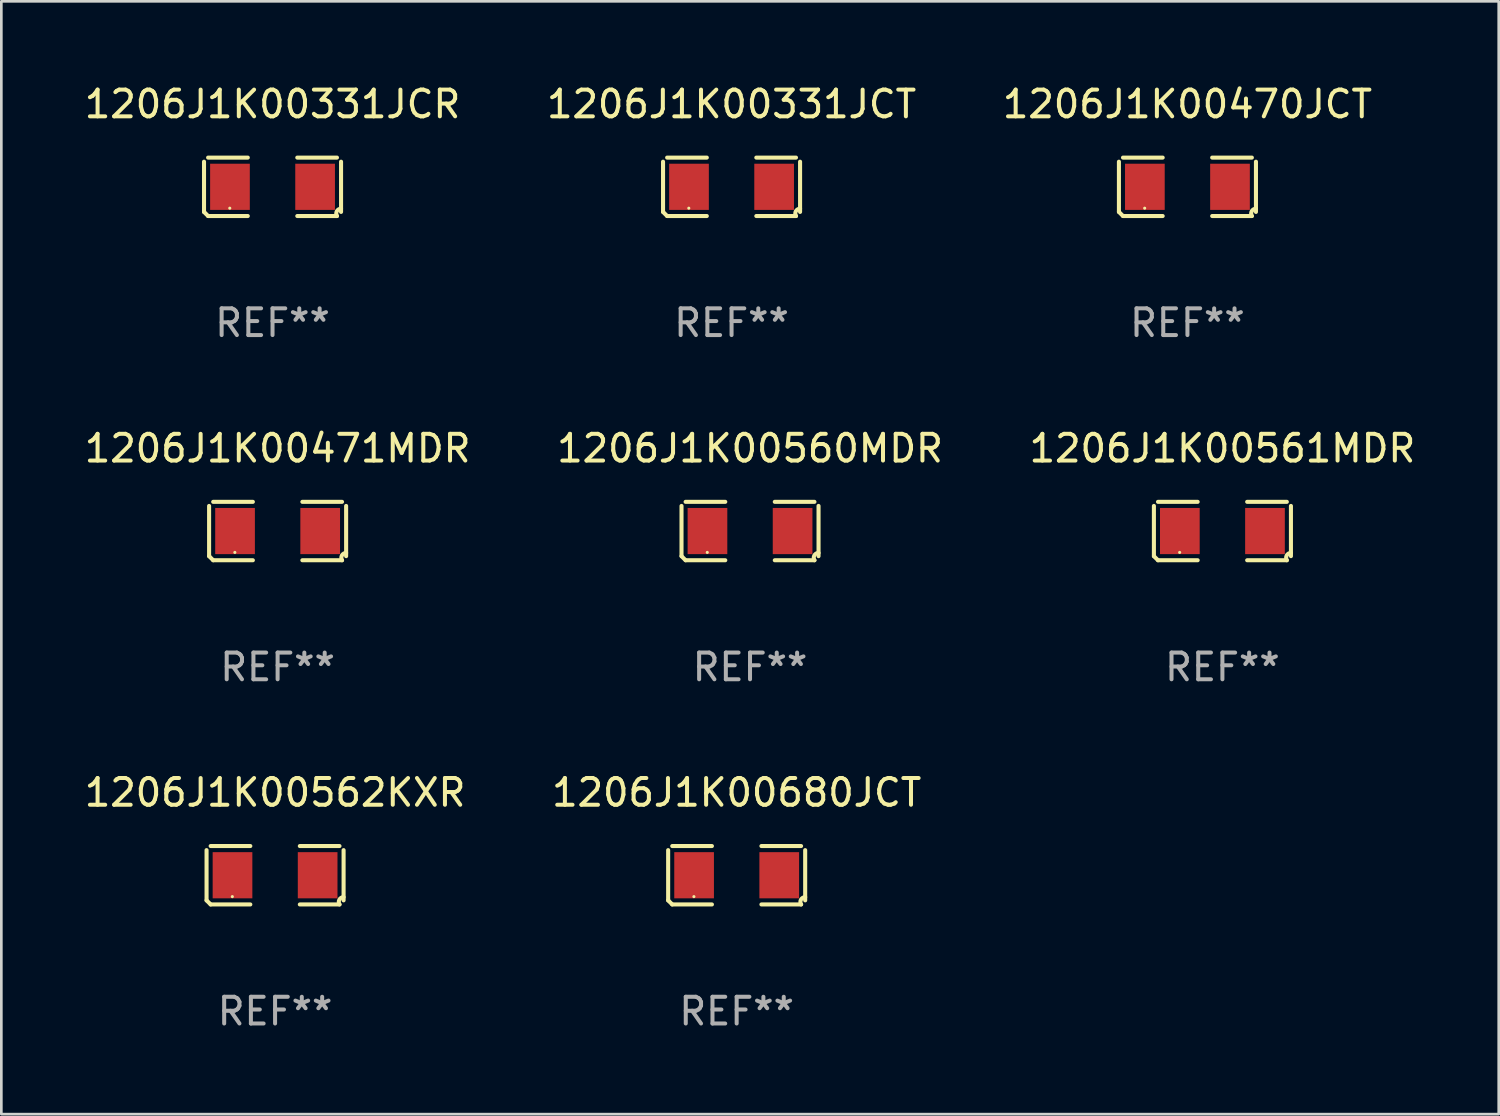
<source format=kicad_pcb>
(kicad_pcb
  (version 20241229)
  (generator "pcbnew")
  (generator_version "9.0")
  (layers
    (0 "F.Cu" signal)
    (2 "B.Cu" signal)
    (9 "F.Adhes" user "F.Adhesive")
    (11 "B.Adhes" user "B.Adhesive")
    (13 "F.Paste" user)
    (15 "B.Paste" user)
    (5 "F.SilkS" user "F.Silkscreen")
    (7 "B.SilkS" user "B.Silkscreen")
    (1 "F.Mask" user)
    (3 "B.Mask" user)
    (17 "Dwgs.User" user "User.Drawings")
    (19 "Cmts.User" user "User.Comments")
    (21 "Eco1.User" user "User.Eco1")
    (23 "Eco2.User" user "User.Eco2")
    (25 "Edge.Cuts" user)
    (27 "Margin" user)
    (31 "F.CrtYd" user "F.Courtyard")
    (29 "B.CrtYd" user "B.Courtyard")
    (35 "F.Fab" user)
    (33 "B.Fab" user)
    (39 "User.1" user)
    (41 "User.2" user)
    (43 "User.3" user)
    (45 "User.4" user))
  (footprint "1206J1K00680JCT"
    (layer "F.Cu")
    (at 24.518 29.704)
    (property "Reference" "1206J1K00680JCT" (at 0 -3.093 0) (layer "F.SilkS") (effects (font (size 1 1) (thickness 0.15))))
    (attr through_hole)
    (fp_line (start -2.564 0.94) (end -2.564 -0.94) (stroke (width 0.152) (type solid)) (layer "F.SilkS"))
    (fp_line (start -2.411 -1.093) (end -0.926 -1.093) (stroke (width 0.152) (type solid)) (layer "F.SilkS"))
    (fp_line (start -0.926 1.093) (end -2.411 1.093) (stroke (width 0.152) (type solid)) (layer "F.SilkS"))
    (fp_line (start 0.926 1.093) (end 2.411 1.093) (stroke (width 0.152) (type solid)) (layer "F.SilkS"))
    (fp_line (start 2.411 -1.093) (end 0.926 -1.093) (stroke (width 0.152) (type solid)) (layer "F.SilkS"))
    (fp_line (start 2.564 0.94) (end 2.564 -0.94) (stroke (width 0.152) (type solid)) (layer "F.SilkS"))
    (fp_arc (start -2.411201 1.092609) (mid -2.487413 1.01642) (end -2.563602 0.940208) (stroke (width 0.1524) (type solid)) (layer "F.SilkS"))
    (fp_arc (start 2.411201 1.092609) (mid 2.407159 0.911226) (end 2.563602 0.819347) (stroke (width 0.1524) (type solid)) (layer "F.SilkS"))
    (fp_circle (center -1.6 0.8) (end -1.57 0.8) (stroke (width 0.06) (type solid)) (fill no) (layer "F.SilkS"))
    (fp_text user "REF**" (at 0 5.093 0) (layer "F.Fab") (effects (font (size 1 1) (thickness 0.15))))
    (pad "1" smd rect (at -1.593 0) (size 1.485 1.728) (layers "F.Cu" "F.Mask" "F.Paste"))
    (pad "2" smd rect (at 1.593 0) (size 1.485 1.728) (layers "F.Cu" "F.Mask" "F.Paste")))
  (footprint "1206J1K00331JCR"
    (layer "F.Cu")
    (at 7.149 3.941)
    (property "Reference" "1206J1K00331JCR" (at 0 -3.093 0) (layer "F.SilkS") (effects (font (size 1 1) (thickness 0.15))))
    (attr through_hole)
    (fp_line (start -2.564 0.94) (end -2.564 -0.94) (stroke (width 0.152) (type solid)) (layer "F.SilkS"))
    (fp_line (start -2.411 -1.093) (end -0.926 -1.093) (stroke (width 0.152) (type solid)) (layer "F.SilkS"))
    (fp_line (start -0.926 1.093) (end -2.411 1.093) (stroke (width 0.152) (type solid)) (layer "F.SilkS"))
    (fp_line (start 0.926 1.093) (end 2.411 1.093) (stroke (width 0.152) (type solid)) (layer "F.SilkS"))
    (fp_line (start 2.411 -1.093) (end 0.926 -1.093) (stroke (width 0.152) (type solid)) (layer "F.SilkS"))
    (fp_line (start 2.564 0.94) (end 2.564 -0.94) (stroke (width 0.152) (type solid)) (layer "F.SilkS"))
    (fp_arc (start -2.411201 1.092609) (mid -2.487413 1.01642) (end -2.563602 0.940208) (stroke (width 0.1524) (type solid)) (layer "F.SilkS"))
    (fp_arc (start 2.411201 1.092609) (mid 2.407159 0.911226) (end 2.563602 0.819347) (stroke (width 0.1524) (type solid)) (layer "F.SilkS"))
    (fp_circle (center -1.6 0.8) (end -1.57 0.8) (stroke (width 0.06) (type solid)) (fill no) (layer "F.SilkS"))
    (fp_text user "REF**" (at 0 5.093 0) (layer "F.Fab") (effects (font (size 1 1) (thickness 0.15))))
    (pad "1" smd rect (at -1.593 0) (size 1.485 1.728) (layers "F.Cu" "F.Mask" "F.Paste"))
    (pad "2" smd rect (at 1.593 0) (size 1.485 1.728) (layers "F.Cu" "F.Mask" "F.Paste")))
  (footprint "1206J1K00471MDR"
    (layer "F.Cu")
    (at 7.339 16.823)
    (property "Reference" "1206J1K00471MDR" (at 0 -3.093 0) (layer "F.SilkS") (effects (font (size 1 1) (thickness 0.15))))
    (attr through_hole)
    (fp_line (start -2.564 0.94) (end -2.564 -0.94) (stroke (width 0.152) (type solid)) (layer "F.SilkS"))
    (fp_line (start -2.411 -1.093) (end -0.926 -1.093) (stroke (width 0.152) (type solid)) (layer "F.SilkS"))
    (fp_line (start -0.926 1.093) (end -2.411 1.093) (stroke (width 0.152) (type solid)) (layer "F.SilkS"))
    (fp_line (start 0.926 1.093) (end 2.411 1.093) (stroke (width 0.152) (type solid)) (layer "F.SilkS"))
    (fp_line (start 2.411 -1.093) (end 0.926 -1.093) (stroke (width 0.152) (type solid)) (layer "F.SilkS"))
    (fp_line (start 2.564 0.94) (end 2.564 -0.94) (stroke (width 0.152) (type solid)) (layer "F.SilkS"))
    (fp_arc (start -2.411201 1.092609) (mid -2.487413 1.01642) (end -2.563602 0.940208) (stroke (width 0.1524) (type solid)) (layer "F.SilkS"))
    (fp_arc (start 2.411201 1.092609) (mid 2.407159 0.911226) (end 2.563602 0.819347) (stroke (width 0.1524) (type solid)) (layer "F.SilkS"))
    (fp_circle (center -1.6 0.8) (end -1.57 0.8) (stroke (width 0.06) (type solid)) (fill no) (layer "F.SilkS"))
    (fp_text user "REF**" (at 0 5.093 0) (layer "F.Fab") (effects (font (size 1 1) (thickness 0.15))))
    (pad "1" smd rect (at -1.593 0) (size 1.485 1.728) (layers "F.Cu" "F.Mask" "F.Paste"))
    (pad "2" smd rect (at 1.593 0) (size 1.485 1.728) (layers "F.Cu" "F.Mask" "F.Paste")))
  (footprint "1206J1K00560MDR"
    (layer "F.Cu")
    (at 25.018 16.823)
    (property "Reference" "1206J1K00560MDR" (at 0 -3.093 0) (layer "F.SilkS") (effects (font (size 1 1) (thickness 0.15))))
    (attr through_hole)
    (fp_line (start -2.564 0.94) (end -2.564 -0.94) (stroke (width 0.152) (type solid)) (layer "F.SilkS"))
    (fp_line (start -2.411 -1.093) (end -0.926 -1.093) (stroke (width 0.152) (type solid)) (layer "F.SilkS"))
    (fp_line (start -0.926 1.093) (end -2.411 1.093) (stroke (width 0.152) (type solid)) (layer "F.SilkS"))
    (fp_line (start 0.926 1.093) (end 2.411 1.093) (stroke (width 0.152) (type solid)) (layer "F.SilkS"))
    (fp_line (start 2.411 -1.093) (end 0.926 -1.093) (stroke (width 0.152) (type solid)) (layer "F.SilkS"))
    (fp_line (start 2.564 0.94) (end 2.564 -0.94) (stroke (width 0.152) (type solid)) (layer "F.SilkS"))
    (fp_arc (start -2.411201 1.092609) (mid -2.487413 1.01642) (end -2.563602 0.940208) (stroke (width 0.1524) (type solid)) (layer "F.SilkS"))
    (fp_arc (start 2.411201 1.092609) (mid 2.407159 0.911226) (end 2.563602 0.819347) (stroke (width 0.1524) (type solid)) (layer "F.SilkS"))
    (fp_circle (center -1.6 0.8) (end -1.57 0.8) (stroke (width 0.06) (type solid)) (fill no) (layer "F.SilkS"))
    (fp_text user "REF**" (at 0 5.093 0) (layer "F.Fab") (effects (font (size 1 1) (thickness 0.15))))
    (pad "1" smd rect (at -1.593 0) (size 1.485 1.728) (layers "F.Cu" "F.Mask" "F.Paste"))
    (pad "2" smd rect (at 1.593 0) (size 1.485 1.728) (layers "F.Cu" "F.Mask" "F.Paste")))
  (footprint "1206J1K00562KXR"
    (layer "F.Cu")
    (at 7.244 29.704)
    (property "Reference" "1206J1K00562KXR" (at 0 -3.093 0) (layer "F.SilkS") (effects (font (size 1 1) (thickness 0.15))))
    (attr through_hole)
    (fp_line (start -2.564 0.94) (end -2.564 -0.94) (stroke (width 0.152) (type solid)) (layer "F.SilkS"))
    (fp_line (start -2.411 -1.093) (end -0.926 -1.093) (stroke (width 0.152) (type solid)) (layer "F.SilkS"))
    (fp_line (start -0.926 1.093) (end -2.411 1.093) (stroke (width 0.152) (type solid)) (layer "F.SilkS"))
    (fp_line (start 0.926 1.093) (end 2.411 1.093) (stroke (width 0.152) (type solid)) (layer "F.SilkS"))
    (fp_line (start 2.411 -1.093) (end 0.926 -1.093) (stroke (width 0.152) (type solid)) (layer "F.SilkS"))
    (fp_line (start 2.564 0.94) (end 2.564 -0.94) (stroke (width 0.152) (type solid)) (layer "F.SilkS"))
    (fp_arc (start -2.411201 1.092609) (mid -2.487413 1.01642) (end -2.563602 0.940208) (stroke (width 0.1524) (type solid)) (layer "F.SilkS"))
    (fp_arc (start 2.411201 1.092609) (mid 2.407159 0.911226) (end 2.563602 0.819347) (stroke (width 0.1524) (type solid)) (layer "F.SilkS"))
    (fp_circle (center -1.6 0.8) (end -1.57 0.8) (stroke (width 0.06) (type solid)) (fill no) (layer "F.SilkS"))
    (fp_text user "REF**" (at 0 5.093 0) (layer "F.Fab") (effects (font (size 1 1) (thickness 0.15))))
    (pad "1" smd rect (at -1.593 0) (size 1.485 1.728) (layers "F.Cu" "F.Mask" "F.Paste"))
    (pad "2" smd rect (at 1.593 0) (size 1.485 1.728) (layers "F.Cu" "F.Mask" "F.Paste")))
  (footprint "1206J1K00331JCT"
    (layer "F.Cu")
    (at 24.327 3.941)
    (property "Reference" "1206J1K00331JCT" (at 0 -3.093 0) (layer "F.SilkS") (effects (font (size 1 1) (thickness 0.15))))
    (attr through_hole)
    (fp_line (start -2.564 0.94) (end -2.564 -0.94) (stroke (width 0.152) (type solid)) (layer "F.SilkS"))
    (fp_line (start -2.411 -1.093) (end -0.926 -1.093) (stroke (width 0.152) (type solid)) (layer "F.SilkS"))
    (fp_line (start -0.926 1.093) (end -2.411 1.093) (stroke (width 0.152) (type solid)) (layer "F.SilkS"))
    (fp_line (start 0.926 1.093) (end 2.411 1.093) (stroke (width 0.152) (type solid)) (layer "F.SilkS"))
    (fp_line (start 2.411 -1.093) (end 0.926 -1.093) (stroke (width 0.152) (type solid)) (layer "F.SilkS"))
    (fp_line (start 2.564 0.94) (end 2.564 -0.94) (stroke (width 0.152) (type solid)) (layer "F.SilkS"))
    (fp_arc (start -2.411201 1.092609) (mid -2.487413 1.01642) (end -2.563602 0.940208) (stroke (width 0.1524) (type solid)) (layer "F.SilkS"))
    (fp_arc (start 2.411201 1.092609) (mid 2.407159 0.911226) (end 2.563602 0.819347) (stroke (width 0.1524) (type solid)) (layer "F.SilkS"))
    (fp_circle (center -1.6 0.8) (end -1.57 0.8) (stroke (width 0.06) (type solid)) (fill no) (layer "F.SilkS"))
    (fp_text user "REF**" (at 0 5.093 0) (layer "F.Fab") (effects (font (size 1 1) (thickness 0.15))))
    (pad "1" smd rect (at -1.593 0) (size 1.485 1.728) (layers "F.Cu" "F.Mask" "F.Paste"))
    (pad "2" smd rect (at 1.593 0) (size 1.485 1.728) (layers "F.Cu" "F.Mask" "F.Paste")))
  (footprint "1206J1K00470JCT"
    (layer "F.Cu")
    (at 41.387 3.941)
    (property "Reference" "1206J1K00470JCT" (at 0 -3.093 0) (layer "F.SilkS") (effects (font (size 1 1) (thickness 0.15))))
    (attr through_hole)
    (fp_line (start -2.564 0.94) (end -2.564 -0.94) (stroke (width 0.152) (type solid)) (layer "F.SilkS"))
    (fp_line (start -2.411 -1.093) (end -0.926 -1.093) (stroke (width 0.152) (type solid)) (layer "F.SilkS"))
    (fp_line (start -0.926 1.093) (end -2.411 1.093) (stroke (width 0.152) (type solid)) (layer "F.SilkS"))
    (fp_line (start 0.926 1.093) (end 2.411 1.093) (stroke (width 0.152) (type solid)) (layer "F.SilkS"))
    (fp_line (start 2.411 -1.093) (end 0.926 -1.093) (stroke (width 0.152) (type solid)) (layer "F.SilkS"))
    (fp_line (start 2.564 0.94) (end 2.564 -0.94) (stroke (width 0.152) (type solid)) (layer "F.SilkS"))
    (fp_arc (start -2.411201 1.092609) (mid -2.487413 1.01642) (end -2.563602 0.940208) (stroke (width 0.1524) (type solid)) (layer "F.SilkS"))
    (fp_arc (start 2.411201 1.092609) (mid 2.407159 0.911226) (end 2.563602 0.819347) (stroke (width 0.1524) (type solid)) (layer "F.SilkS"))
    (fp_circle (center -1.6 0.8) (end -1.57 0.8) (stroke (width 0.06) (type solid)) (fill no) (layer "F.SilkS"))
    (fp_text user "REF**" (at 0 5.093 0) (layer "F.Fab") (effects (font (size 1 1) (thickness 0.15))))
    (pad "1" smd rect (at -1.593 0) (size 1.485 1.728) (layers "F.Cu" "F.Mask" "F.Paste"))
    (pad "2" smd rect (at 1.593 0) (size 1.485 1.728) (layers "F.Cu" "F.Mask" "F.Paste")))
  (footprint "1206J1K00561MDR"
    (layer "F.Cu")
    (at 42.696 16.823)
    (property "Reference" "1206J1K00561MDR" (at 0 -3.093 0) (layer "F.SilkS") (effects (font (size 1 1) (thickness 0.15))))
    (attr through_hole)
    (fp_line (start -2.564 0.94) (end -2.564 -0.94) (stroke (width 0.152) (type solid)) (layer "F.SilkS"))
    (fp_line (start -2.411 -1.093) (end -0.926 -1.093) (stroke (width 0.152) (type solid)) (layer "F.SilkS"))
    (fp_line (start -0.926 1.093) (end -2.411 1.093) (stroke (width 0.152) (type solid)) (layer "F.SilkS"))
    (fp_line (start 0.926 1.093) (end 2.411 1.093) (stroke (width 0.152) (type solid)) (layer "F.SilkS"))
    (fp_line (start 2.411 -1.093) (end 0.926 -1.093) (stroke (width 0.152) (type solid)) (layer "F.SilkS"))
    (fp_line (start 2.564 0.94) (end 2.564 -0.94) (stroke (width 0.152) (type solid)) (layer "F.SilkS"))
    (fp_arc (start -2.411201 1.092609) (mid -2.487413 1.01642) (end -2.563602 0.940208) (stroke (width 0.1524) (type solid)) (layer "F.SilkS"))
    (fp_arc (start 2.411201 1.092609) (mid 2.407159 0.911226) (end 2.563602 0.819347) (stroke (width 0.1524) (type solid)) (layer "F.SilkS"))
    (fp_circle (center -1.6 0.8) (end -1.57 0.8) (stroke (width 0.06) (type solid)) (fill no) (layer "F.SilkS"))
    (fp_text user "REF**" (at 0 5.093 0) (layer "F.Fab") (effects (font (size 1 1) (thickness 0.15))))
    (pad "1" smd rect (at -1.593 0) (size 1.485 1.728) (layers "F.Cu" "F.Mask" "F.Paste"))
    (pad "2" smd rect (at 1.593 0) (size 1.485 1.728) (layers "F.Cu" "F.Mask" "F.Paste")))
  (gr_rect
    (start -3 -3)
    (end 53.036 38.645)
    (stroke (width 0.1) (type default))
    (fill no)
    (layer "Edge.Cuts")))
</source>
